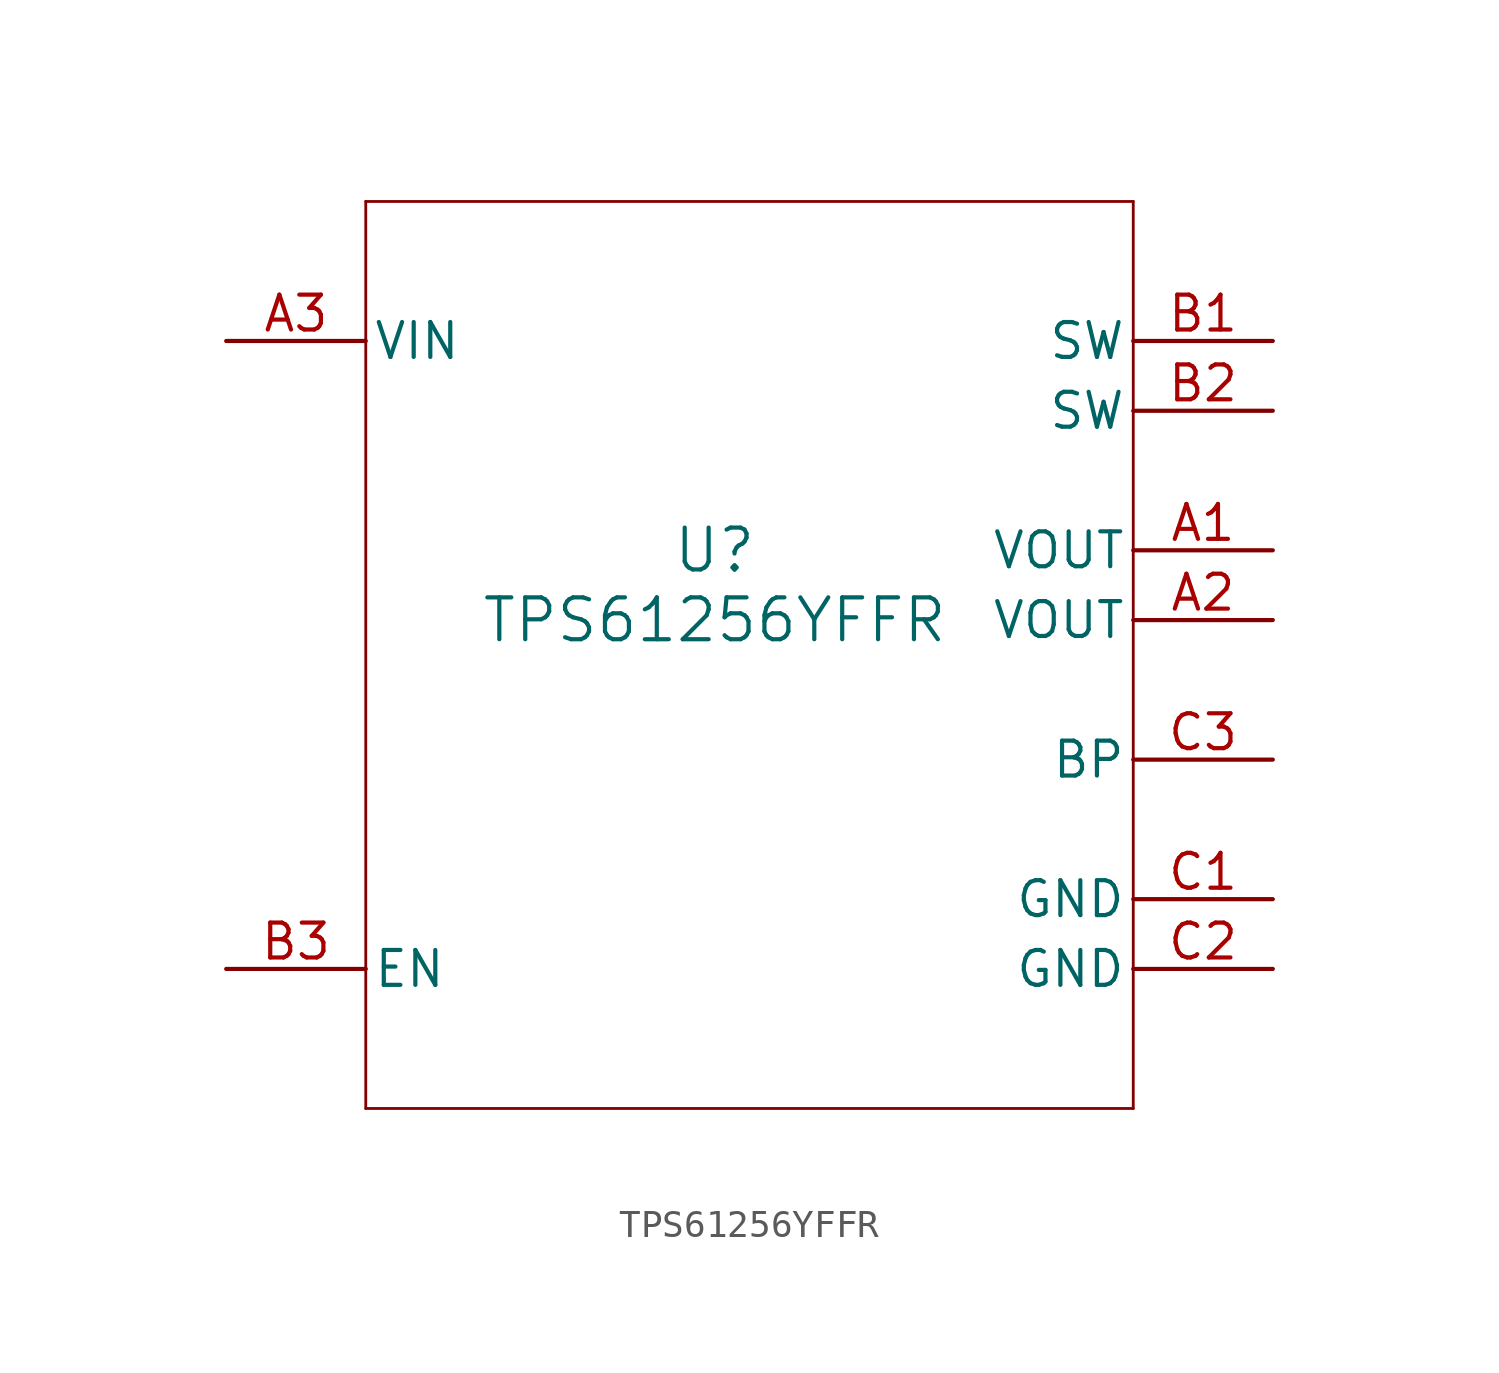
<source format=kicad_sym>
(kicad_symbol_lib
  (version 20211014)
  (generator kicad_symbol_editor)
  (symbol "TPS61256YFFR"
    (pin_names
      (offset 0.254))
    (property "Reference" "U"
      (at 0 2.54 0)
      (effects (font (size 1.524 1.524))))
    (property "Value" "TPS61256YFFR"
      (at 0 0 0)
      (effects (font (size 1.524 1.524))))
    (symbol "TPS61256YFFR_0_1"
      (polyline (pts (xy -12.7 -17.78) (xy 15.24 -17.78)) (stroke (width 0.102) (type default) (color 0 0 0 0)) (fill (type none)))
      (polyline (pts (xy 15.24 -17.78) (xy 15.24 15.24)) (stroke (width 0.102) (type default) (color 0 0 0 0)) (fill (type none)))
      (polyline (pts (xy 15.24 15.24) (xy -12.7 15.24)) (stroke (width 0.102) (type default) (color 0 0 0 0)) (fill (type none)))
      (polyline (pts (xy -12.7 15.24) (xy -12.7 -17.78)) (stroke (width 0.102) (type default) (color 0 0 0 0)) (fill (type none)))
      (pin power_in line (at 20.32 2.54 180) (length 5.08) (name "VOUT" (effects (font (size 1.27 1.27)))) (number "A1" (effects (font (size 1.27 1.27)))))
      (pin power_in line (at 20.32 0 180) (length 5.08) (name "VOUT" (effects (font (size 1.27 1.27)))) (number "A2" (effects (font (size 1.27 1.27)))))
      (pin power_in line (at -17.78 10.16 0) (length 5.08) (name "VIN" (effects (font (size 1.27 1.27)))) (number "A3" (effects (font (size 1.27 1.27)))))
      (pin bidirectional line (at 20.32 10.16 180) (length 5.08) (name "SW" (effects (font (size 1.27 1.27)))) (number "B1" (effects (font (size 1.27 1.27)))))
      (pin bidirectional line (at 20.32 7.62 180) (length 5.08) (name "SW" (effects (font (size 1.27 1.27)))) (number "B2" (effects (font (size 1.27 1.27)))))
      (pin input line (at -17.78 -12.7 0) (length 5.08) (name "EN" (effects (font (size 1.27 1.27)))) (number "B3" (effects (font (size 1.27 1.27)))))
      (pin power_in line (at 20.32 -10.16 180) (length 5.08) (name "GND" (effects (font (size 1.27 1.27)))) (number "C1" (effects (font (size 1.27 1.27)))))
      (pin power_in line (at 20.32 -12.7 180) (length 5.08) (name "GND" (effects (font (size 1.27 1.27)))) (number "C2" (effects (font (size 1.27 1.27)))))
      (pin input line (at 20.32 -5.08 180) (length 5.08) (name "BP" (effects (font (size 1.27 1.27)))) (number "C3" (effects (font (size 1.27 1.27))))))))
</source>
